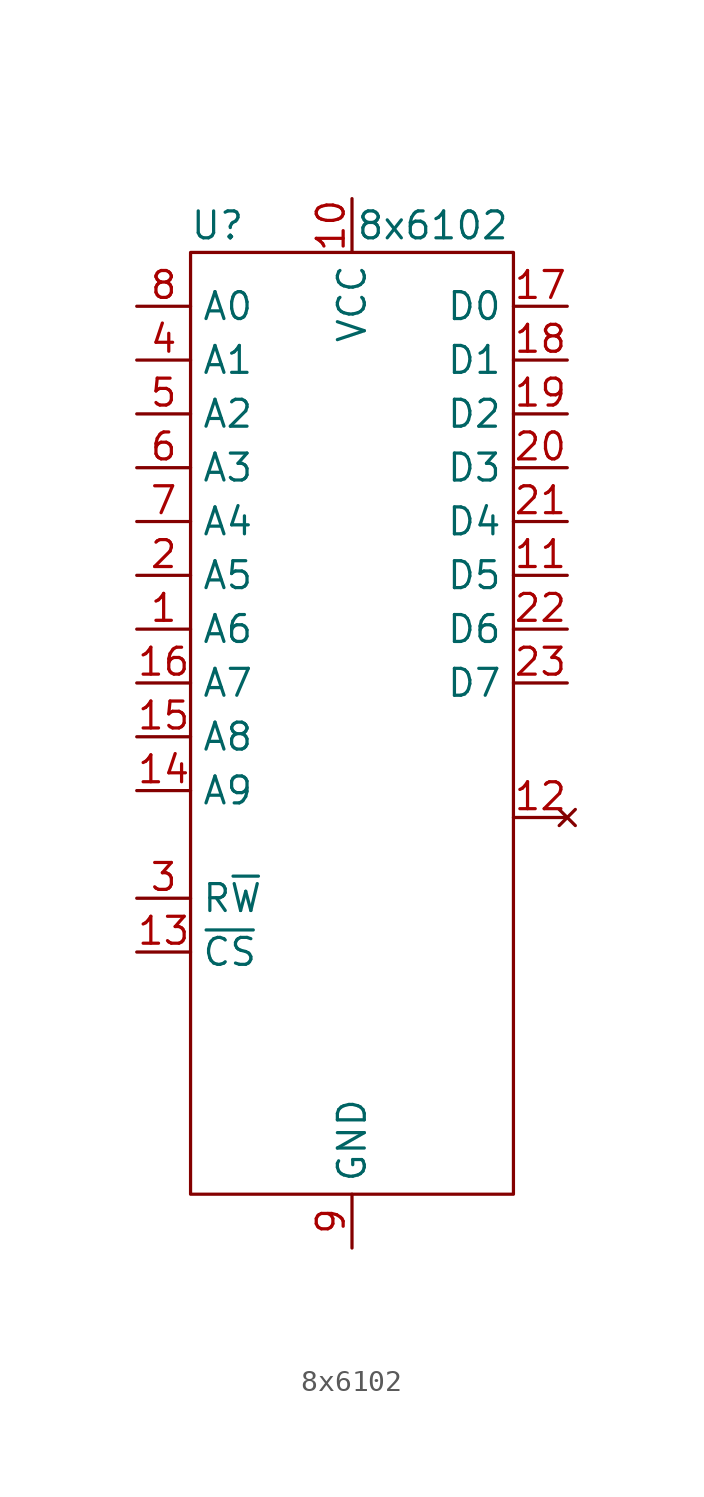
<source format=kicad_sym>
(kicad_symbol_lib
  (version 20220914)
  (generator kicad_symbol_editor)
  (symbol "8x6102"
    (property "Reference" "U"
      (at -6.35 46.99 0)
      (effects (font (size 1.27 1.27))))
    (property "Value" "8x6102"
      (at 3.81 46.99 0)
      (effects (font (size 1.27 1.27))))
    (symbol "8x6102_0_1"
      (rectangle (start -7.62 45.72) (end 7.62 1.27) (stroke (width 0) (type default)) (fill (type none))))
    (symbol "8x6102_1_1"
      (pin input line (at -10.16 27.94 0) (length 2.54) (name "A6" (effects (font (size 1.27 1.27)))) (number "1" (effects (font (size 1.27 1.27)))))
      (pin power_in line (at 0 48.26 270) (length 2.54) (name "VCC" (effects (font (size 1.27 1.27)))) (number "10" (effects (font (size 1.27 1.27)))))
      (pin input line (at 10.16 30.48 180) (length 2.54) (name "D5" (effects (font (size 1.27 1.27)))) (number "11" (effects (font (size 1.27 1.27)))))
      (pin no_connect line (at 10.16 19.05 180) (length 2.54) (name "" (effects (font (size 1.27 1.27)))) (number "12" (effects (font (size 1.27 1.27)))))
      (pin input line (at -10.16 12.7 0) (length 2.54) (name "~{CS}" (effects (font (size 1.27 1.27)))) (number "13" (effects (font (size 1.27 1.27)))))
      (pin input line (at -10.16 20.32 0) (length 2.54) (name "A9" (effects (font (size 1.27 1.27)))) (number "14" (effects (font (size 1.27 1.27)))))
      (pin input line (at -10.16 22.86 0) (length 2.54) (name "A8" (effects (font (size 1.27 1.27)))) (number "15" (effects (font (size 1.27 1.27)))))
      (pin input line (at -10.16 25.4 0) (length 2.54) (name "A7" (effects (font (size 1.27 1.27)))) (number "16" (effects (font (size 1.27 1.27)))))
      (pin input line (at 10.16 43.18 180) (length 2.54) (name "D0" (effects (font (size 1.27 1.27)))) (number "17" (effects (font (size 1.27 1.27)))))
      (pin input line (at 10.16 40.64 180) (length 2.54) (name "D1" (effects (font (size 1.27 1.27)))) (number "18" (effects (font (size 1.27 1.27)))))
      (pin input line (at 10.16 38.1 180) (length 2.54) (name "D2" (effects (font (size 1.27 1.27)))) (number "19" (effects (font (size 1.27 1.27)))))
      (pin input line (at -10.16 30.48 0) (length 2.54) (name "A5" (effects (font (size 1.27 1.27)))) (number "2" (effects (font (size 1.27 1.27)))))
      (pin input line (at 10.16 35.56 180) (length 2.54) (name "D3" (effects (font (size 1.27 1.27)))) (number "20" (effects (font (size 1.27 1.27)))))
      (pin input line (at 10.16 33.02 180) (length 2.54) (name "D4" (effects (font (size 1.27 1.27)))) (number "21" (effects (font (size 1.27 1.27)))))
      (pin input line (at 10.16 27.94 180) (length 2.54) (name "D6" (effects (font (size 1.27 1.27)))) (number "22" (effects (font (size 1.27 1.27)))))
      (pin input line (at 10.16 25.4 180) (length 2.54) (name "D7" (effects (font (size 1.27 1.27)))) (number "23" (effects (font (size 1.27 1.27)))))
      (pin input line (at -10.16 15.24 0) (length 2.54) (name "R~{W}" (effects (font (size 1.27 1.27)))) (number "3" (effects (font (size 1.27 1.27)))))
      (pin input line (at -10.16 40.64 0) (length 2.54) (name "A1" (effects (font (size 1.27 1.27)))) (number "4" (effects (font (size 1.27 1.27)))))
      (pin input line (at -10.16 38.1 0) (length 2.54) (name "A2" (effects (font (size 1.27 1.27)))) (number "5" (effects (font (size 1.27 1.27)))))
      (pin input line (at -10.16 35.56 0) (length 2.54) (name "A3" (effects (font (size 1.27 1.27)))) (number "6" (effects (font (size 1.27 1.27)))))
      (pin input line (at -10.16 33.02 0) (length 2.54) (name "A4" (effects (font (size 1.27 1.27)))) (number "7" (effects (font (size 1.27 1.27)))))
      (pin input line (at -10.16 43.18 0) (length 2.54) (name "A0" (effects (font (size 1.27 1.27)))) (number "8" (effects (font (size 1.27 1.27)))))
      (pin power_in line (at 0 -1.27 90) (length 2.54) (name "GND" (effects (font (size 1.27 1.27)))) (number "9" (effects (font (size 1.27 1.27))))))))
</source>
